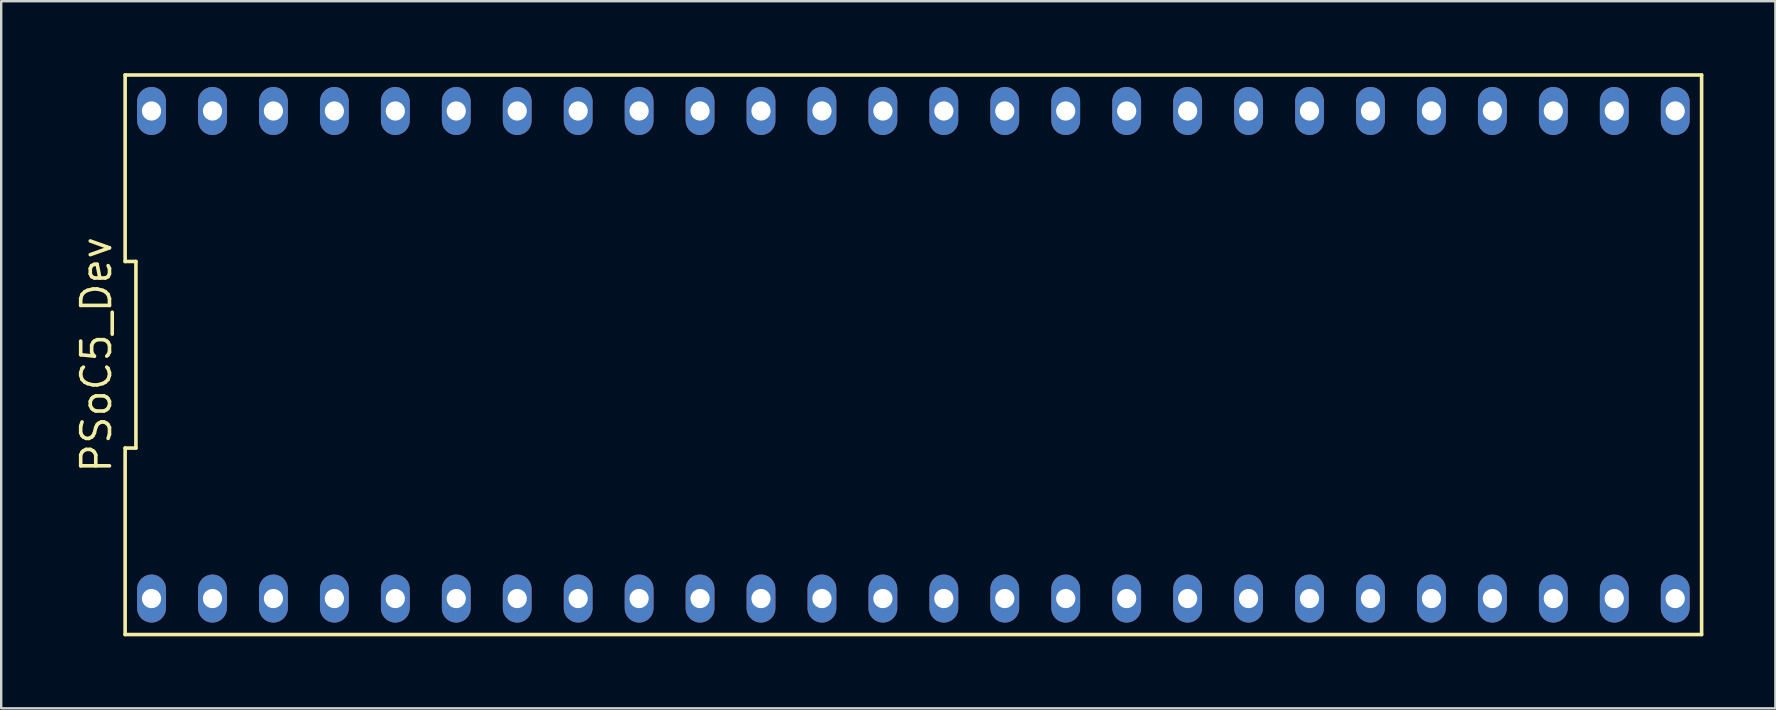
<source format=kicad_pcb>
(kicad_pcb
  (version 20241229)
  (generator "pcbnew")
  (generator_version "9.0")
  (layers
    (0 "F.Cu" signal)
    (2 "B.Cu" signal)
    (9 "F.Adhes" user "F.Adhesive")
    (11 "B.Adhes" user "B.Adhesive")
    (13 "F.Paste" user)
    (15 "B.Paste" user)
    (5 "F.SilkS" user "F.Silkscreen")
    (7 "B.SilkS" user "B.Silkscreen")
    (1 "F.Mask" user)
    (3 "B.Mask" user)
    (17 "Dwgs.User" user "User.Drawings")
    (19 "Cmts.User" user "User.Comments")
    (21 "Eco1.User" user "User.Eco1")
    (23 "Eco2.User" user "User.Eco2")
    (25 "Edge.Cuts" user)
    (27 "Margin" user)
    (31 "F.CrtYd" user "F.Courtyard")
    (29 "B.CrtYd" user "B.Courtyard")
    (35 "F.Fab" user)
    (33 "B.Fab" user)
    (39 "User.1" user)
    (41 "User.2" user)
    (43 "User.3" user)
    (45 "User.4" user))
  (footprint "PSoC5_Dev"
    (layer "F.Cu")
    (at 35.015 11.735)
    (property "Reference" "PSoC5_Dev" (at -34.05 0 90) (layer "F.SilkS") (effects (font (size 1.2 1.2) (thickness 0.15))))
    (attr through_hole)
    (fp_line (start -32.85 -11.66) (end -32.85 -3.887) (stroke (width 0.15) (type solid)) (layer "F.SilkS"))
    (fp_line (start -32.85 -3.887) (end -32.4 -3.887) (stroke (width 0.15) (type solid)) (layer "F.SilkS"))
    (fp_line (start -32.85 3.887) (end -32.85 11.66) (stroke (width 0.15) (type solid)) (layer "F.SilkS"))
    (fp_line (start -32.85 11.66) (end 32.85 11.66) (stroke (width 0.15) (type solid)) (layer "F.SilkS"))
    (fp_line (start -32.4 -3.887) (end -32.4 3.887) (stroke (width 0.15) (type solid)) (layer "F.SilkS"))
    (fp_line (start -32.4 3.887) (end -32.85 3.887) (stroke (width 0.15) (type solid)) (layer "F.SilkS"))
    (fp_line (start 32.85 -11.66) (end -32.85 -11.66) (stroke (width 0.15) (type solid)) (layer "F.SilkS"))
    (fp_line (start 32.85 11.66) (end 32.85 -11.66) (stroke (width 0.15) (type solid)) (layer "F.SilkS"))
    (pad "1" thru_hole oval (at -31.75 10.16) (size 1.2 2) (drill 0.8) (layers "*.Cu" "*.Mask"))
    (pad "2" thru_hole oval (at -29.21 10.16) (size 1.2 2) (drill 0.8) (layers "*.Cu" "*.Mask"))
    (pad "3" thru_hole oval (at -26.67 10.16) (size 1.2 2) (drill 0.8) (layers "*.Cu" "*.Mask"))
    (pad "4" thru_hole oval (at -24.13 10.16) (size 1.2 2) (drill 0.8) (layers "*.Cu" "*.Mask"))
    (pad "5" thru_hole oval (at -21.59 10.16) (size 1.2 2) (drill 0.8) (layers "*.Cu" "*.Mask"))
    (pad "6" thru_hole oval (at -19.05 10.16) (size 1.2 2) (drill 0.8) (layers "*.Cu" "*.Mask"))
    (pad "7" thru_hole oval (at -16.51 10.16) (size 1.2 2) (drill 0.8) (layers "*.Cu" "*.Mask"))
    (pad "8" thru_hole oval (at -13.97 10.16) (size 1.2 2) (drill 0.8) (layers "*.Cu" "*.Mask"))
    (pad "9" thru_hole oval (at -11.43 10.16) (size 1.2 2) (drill 0.8) (layers "*.Cu" "*.Mask"))
    (pad "10" thru_hole oval (at -8.89 10.16) (size 1.2 2) (drill 0.8) (layers "*.Cu" "*.Mask"))
    (pad "11" thru_hole oval (at -6.35 10.16) (size 1.2 2) (drill 0.8) (layers "*.Cu" "*.Mask"))
    (pad "12" thru_hole oval (at -3.81 10.16) (size 1.2 2) (drill 0.8) (layers "*.Cu" "*.Mask"))
    (pad "13" thru_hole oval (at -1.27 10.16) (size 1.2 2) (drill 0.8) (layers "*.Cu" "*.Mask"))
    (pad "14" thru_hole oval (at 1.27 10.16) (size 1.2 2) (drill 0.8) (layers "*.Cu" "*.Mask"))
    (pad "15" thru_hole oval (at 3.81 10.16) (size 1.2 2) (drill 0.8) (layers "*.Cu" "*.Mask"))
    (pad "16" thru_hole oval (at 6.35 10.16) (size 1.2 2) (drill 0.8) (layers "*.Cu" "*.Mask"))
    (pad "17" thru_hole oval (at 8.89 10.16) (size 1.2 2) (drill 0.8) (layers "*.Cu" "*.Mask"))
    (pad "18" thru_hole oval (at 11.43 10.16) (size 1.2 2) (drill 0.8) (layers "*.Cu" "*.Mask"))
    (pad "19" thru_hole oval (at 13.97 10.16) (size 1.2 2) (drill 0.8) (layers "*.Cu" "*.Mask"))
    (pad "20" thru_hole oval (at 16.51 10.16) (size 1.2 2) (drill 0.8) (layers "*.Cu" "*.Mask"))
    (pad "21" thru_hole oval (at 19.05 10.16) (size 1.2 2) (drill 0.8) (layers "*.Cu" "*.Mask"))
    (pad "22" thru_hole oval (at 21.59 10.16) (size 1.2 2) (drill 0.8) (layers "*.Cu" "*.Mask"))
    (pad "23" thru_hole oval (at 24.13 10.16) (size 1.2 2) (drill 0.8) (layers "*.Cu" "*.Mask"))
    (pad "24" thru_hole oval (at 26.67 10.16) (size 1.2 2) (drill 0.8) (layers "*.Cu" "*.Mask"))
    (pad "25" thru_hole oval (at 29.21 10.16) (size 1.2 2) (drill 0.8) (layers "*.Cu" "*.Mask"))
    (pad "26" thru_hole oval (at 31.75 10.16) (size 1.2 2) (drill 0.8) (layers "*.Cu" "*.Mask"))
    (pad "27" thru_hole oval (at 31.75 -10.16) (size 1.2 2) (drill 0.8) (layers "*.Cu" "*.Mask"))
    (pad "28" thru_hole oval (at 29.21 -10.16) (size 1.2 2) (drill 0.8) (layers "*.Cu" "*.Mask"))
    (pad "29" thru_hole oval (at 26.67 -10.16) (size 1.2 2) (drill 0.8) (layers "*.Cu" "*.Mask"))
    (pad "30" thru_hole oval (at 24.13 -10.16) (size 1.2 2) (drill 0.8) (layers "*.Cu" "*.Mask"))
    (pad "31" thru_hole oval (at 21.59 -10.16) (size 1.2 2) (drill 0.8) (layers "*.Cu" "*.Mask"))
    (pad "32" thru_hole oval (at 19.05 -10.16) (size 1.2 2) (drill 0.8) (layers "*.Cu" "*.Mask"))
    (pad "33" thru_hole oval (at 16.51 -10.16) (size 1.2 2) (drill 0.8) (layers "*.Cu" "*.Mask"))
    (pad "34" thru_hole oval (at 13.97 -10.16) (size 1.2 2) (drill 0.8) (layers "*.Cu" "*.Mask"))
    (pad "35" thru_hole oval (at 11.43 -10.16) (size 1.2 2) (drill 0.8) (layers "*.Cu" "*.Mask"))
    (pad "36" thru_hole oval (at 8.89 -10.16) (size 1.2 2) (drill 0.8) (layers "*.Cu" "*.Mask"))
    (pad "37" thru_hole oval (at 6.35 -10.16) (size 1.2 2) (drill 0.8) (layers "*.Cu" "*.Mask"))
    (pad "38" thru_hole oval (at 3.81 -10.16) (size 1.2 2) (drill 0.8) (layers "*.Cu" "*.Mask"))
    (pad "39" thru_hole oval (at 1.27 -10.16) (size 1.2 2) (drill 0.8) (layers "*.Cu" "*.Mask"))
    (pad "40" thru_hole oval (at -1.27 -10.16) (size 1.2 2) (drill 0.8) (layers "*.Cu" "*.Mask"))
    (pad "41" thru_hole oval (at -3.81 -10.16) (size 1.2 2) (drill 0.8) (layers "*.Cu" "*.Mask"))
    (pad "42" thru_hole oval (at -6.35 -10.16) (size 1.2 2) (drill 0.8) (layers "*.Cu" "*.Mask"))
    (pad "43" thru_hole oval (at -8.89 -10.16) (size 1.2 2) (drill 0.8) (layers "*.Cu" "*.Mask"))
    (pad "44" thru_hole oval (at -11.43 -10.16) (size 1.2 2) (drill 0.8) (layers "*.Cu" "*.Mask"))
    (pad "45" thru_hole oval (at -13.97 -10.16) (size 1.2 2) (drill 0.8) (layers "*.Cu" "*.Mask"))
    (pad "46" thru_hole oval (at -16.51 -10.16) (size 1.2 2) (drill 0.8) (layers "*.Cu" "*.Mask"))
    (pad "47" thru_hole oval (at -19.05 -10.16) (size 1.2 2) (drill 0.8) (layers "*.Cu" "*.Mask"))
    (pad "48" thru_hole oval (at -21.59 -10.16) (size 1.2 2) (drill 0.8) (layers "*.Cu" "*.Mask"))
    (pad "49" thru_hole oval (at -24.13 -10.16) (size 1.2 2) (drill 0.8) (layers "*.Cu" "*.Mask"))
    (pad "50" thru_hole oval (at -26.67 -10.16) (size 1.2 2) (drill 0.8) (layers "*.Cu" "*.Mask"))
    (pad "51" thru_hole oval (at -29.21 -10.16) (size 1.2 2) (drill 0.8) (layers "*.Cu" "*.Mask"))
    (pad "52" thru_hole oval (at -31.75 -10.16) (size 1.2 2) (drill 0.8) (layers "*.Cu" "*.Mask")))
  (gr_rect
    (start -3 -3)
    (end 70.94 26.47)
    (stroke (width 0.1) (type default))
    (fill no)
    (layer "Edge.Cuts")))
</source>
